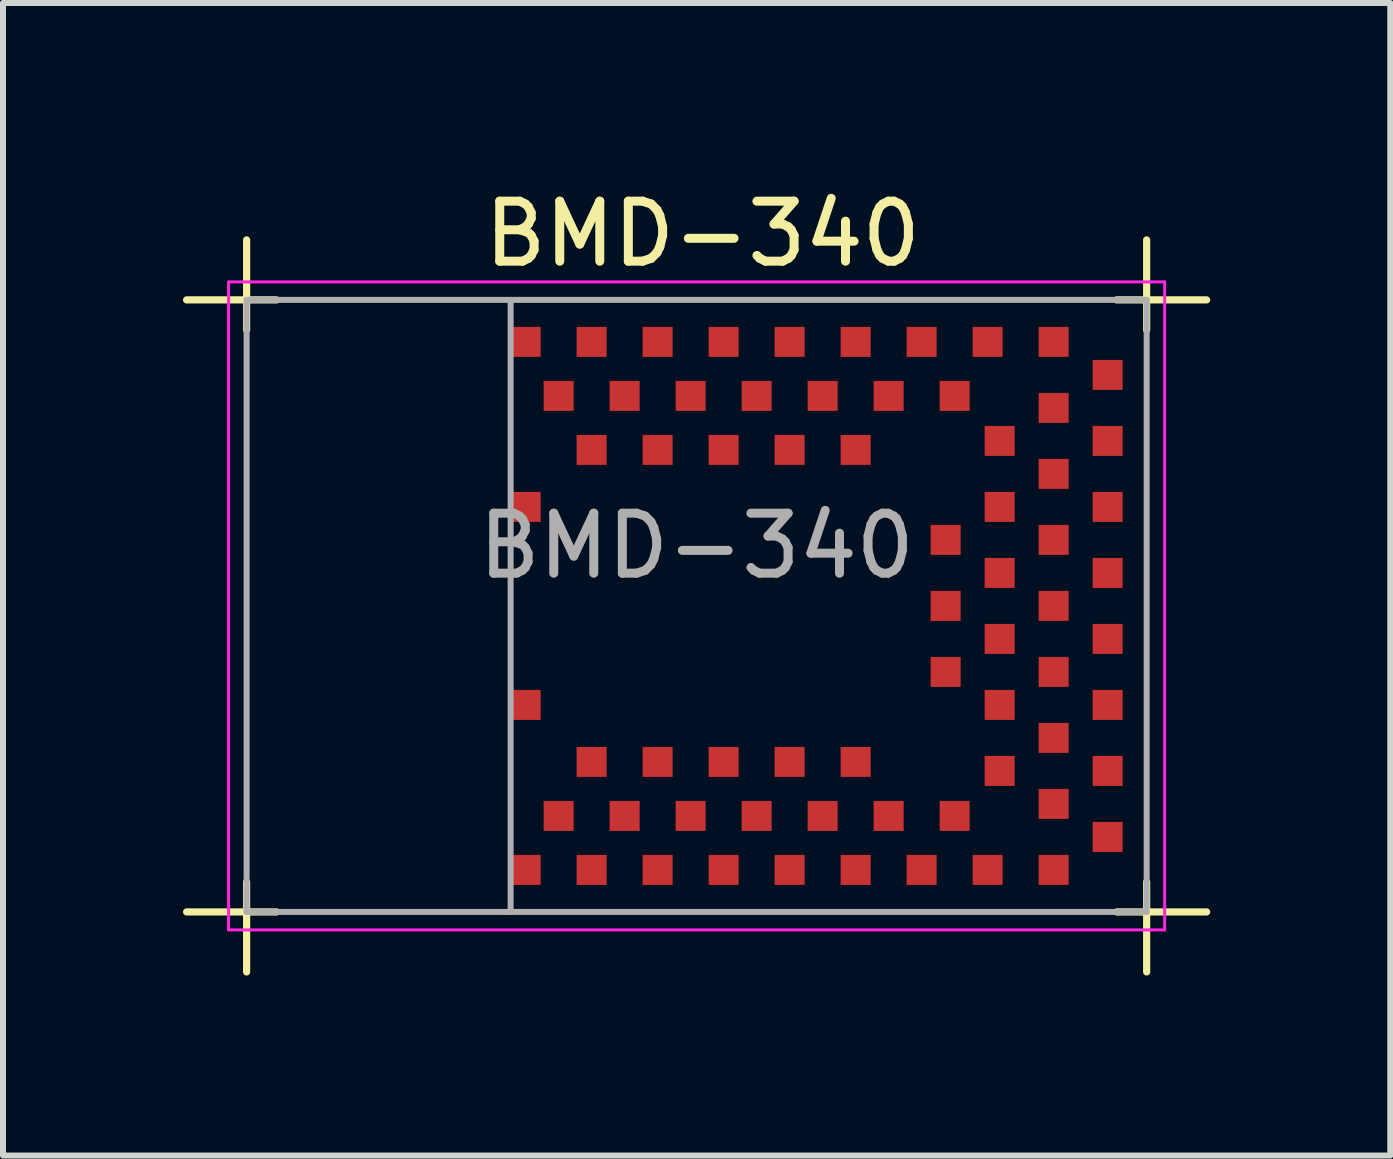
<source format=kicad_pcb>
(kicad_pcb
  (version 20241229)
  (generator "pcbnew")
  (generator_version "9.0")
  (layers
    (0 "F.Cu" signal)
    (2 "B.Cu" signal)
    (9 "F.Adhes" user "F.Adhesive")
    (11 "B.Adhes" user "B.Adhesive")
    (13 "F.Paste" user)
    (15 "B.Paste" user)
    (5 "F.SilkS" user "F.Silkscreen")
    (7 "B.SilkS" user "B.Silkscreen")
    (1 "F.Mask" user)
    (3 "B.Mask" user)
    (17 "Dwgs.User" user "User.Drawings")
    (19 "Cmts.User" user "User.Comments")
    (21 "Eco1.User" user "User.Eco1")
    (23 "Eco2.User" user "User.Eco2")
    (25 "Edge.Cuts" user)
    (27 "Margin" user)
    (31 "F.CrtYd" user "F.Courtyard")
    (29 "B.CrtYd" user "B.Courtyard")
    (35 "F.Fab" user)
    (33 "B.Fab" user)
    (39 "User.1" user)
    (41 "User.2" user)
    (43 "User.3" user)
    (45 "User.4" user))
  (footprint "BMD-340"
    (layer "F.Cu")
    (at 8.56 7.048)
    (property "Reference" "BMD-340" (at 0.1 -6.2 0) (layer "F.SilkS") (effects (font (size 1 1) (thickness 0.15))))
    (attr through_hole)
    (fp_line (start -7.5 -4.6) (end -7.5 -6.1) (stroke (width 0.12) (type solid)) (layer "F.SilkS"))
    (fp_line (start -7.5 4.6) (end -7.5 6.1) (stroke (width 0.12) (type solid)) (layer "F.SilkS"))
    (fp_line (start -7 -5.1) (end -8.5 -5.1) (stroke (width 0.12) (type solid)) (layer "F.SilkS"))
    (fp_line (start -7 5.1) (end -8.5 5.1) (stroke (width 0.12) (type solid)) (layer "F.SilkS"))
    (fp_line (start 7 -5.1) (end 8.5 -5.1) (stroke (width 0.12) (type solid)) (layer "F.SilkS"))
    (fp_line (start 7 5.1) (end 8.5 5.1) (stroke (width 0.12) (type solid)) (layer "F.SilkS"))
    (fp_line (start 7.5 -6.1) (end 7.5 -4.6) (stroke (width 0.12) (type solid)) (layer "F.SilkS"))
    (fp_line (start 7.5 4.6) (end 7.5 6.1) (stroke (width 0.12) (type solid)) (layer "F.SilkS"))
    (fp_line (start -7.8 -5.4) (end -7.8 5.4) (stroke (width 0.05) (type solid)) (layer "F.CrtYd"))
    (fp_line (start -7.8 5.4) (end 7.8 5.4) (stroke (width 0.05) (type solid)) (layer "F.CrtYd"))
    (fp_line (start 7.8 -5.4) (end -7.8 -5.4) (stroke (width 0.05) (type solid)) (layer "F.CrtYd"))
    (fp_line (start 7.8 5.4) (end 7.8 -5.4) (stroke (width 0.05) (type solid)) (layer "F.CrtYd"))
    (fp_line (start -7.5 -5.1) (end -7.5 5.1) (stroke (width 0.1) (type solid)) (layer "F.Fab"))
    (fp_line (start -7.5 5.1) (end 7.5 5.1) (stroke (width 0.1) (type solid)) (layer "F.Fab"))
    (fp_line (start -3.1 -5.1) (end -3.1 5.1) (stroke (width 0.1) (type solid)) (layer "F.Fab"))
    (fp_line (start 7.5 -5.1) (end -7.5 -5.1) (stroke (width 0.1) (type solid)) (layer "F.Fab"))
    (fp_line (start 7.5 5.1) (end 7.5 -5.1) (stroke (width 0.1) (type solid)) (layer "F.Fab"))
    (fp_text user "${REFERENCE}" (at 0 -1 0) (layer "F.Fab") (effects (font (size 1 1) (thickness 0.15))))
    (pad "1" smd rect (at -2.85 4.4) (size 0.5 0.5) (layers "F.Cu" "F.Mask" "F.Paste"))
    (pad "2" smd rect (at -2.3 3.5) (size 0.5 0.5) (layers "F.Cu" "F.Mask" "F.Paste"))
    (pad "3" smd rect (at -1.75 4.4) (size 0.5 0.5) (layers "F.Cu" "F.Mask" "F.Paste"))
    (pad "4" smd rect (at -1.2 3.5) (size 0.5 0.5) (layers "F.Cu" "F.Mask" "F.Paste"))
    (pad "5" smd rect (at -0.65 4.4) (size 0.5 0.5) (layers "F.Cu" "F.Mask" "F.Paste"))
    (pad "6" smd rect (at -0.1 3.5) (size 0.5 0.5) (layers "F.Cu" "F.Mask" "F.Paste"))
    (pad "7" smd rect (at 0.45 4.4) (size 0.5 0.5) (layers "F.Cu" "F.Mask" "F.Paste"))
    (pad "8" smd rect (at 1 3.5) (size 0.5 0.5) (layers "F.Cu" "F.Mask" "F.Paste"))
    (pad "9" smd rect (at 1.55 4.4) (size 0.5 0.5) (layers "F.Cu" "F.Mask" "F.Paste"))
    (pad "10" smd rect (at 2.1 3.5) (size 0.5 0.5) (layers "F.Cu" "F.Mask" "F.Paste"))
    (pad "11" smd rect (at 2.65 4.4) (size 0.5 0.5) (layers "F.Cu" "F.Mask" "F.Paste"))
    (pad "12" smd rect (at 3.2 3.5) (size 0.5 0.5) (layers "F.Cu" "F.Mask" "F.Paste"))
    (pad "13" smd rect (at 3.75 4.4) (size 0.5 0.5) (layers "F.Cu" "F.Mask" "F.Paste"))
    (pad "14" smd rect (at 4.3 3.5) (size 0.5 0.5) (layers "F.Cu" "F.Mask" "F.Paste"))
    (pad "15" smd rect (at 4.85 4.4) (size 0.5 0.5) (layers "F.Cu" "F.Mask" "F.Paste"))
    (pad "16" smd rect (at 5.95 4.4) (size 0.5 0.5) (layers "F.Cu" "F.Mask" "F.Paste"))
    (pad "17" smd rect (at 5.95 3.3) (size 0.5 0.5) (layers "F.Cu" "F.Mask" "F.Paste"))
    (pad "18" smd rect (at 5.05 2.75) (size 0.5 0.5) (layers "F.Cu" "F.Mask" "F.Paste"))
    (pad "19" smd rect (at 5.95 2.2) (size 0.5 0.5) (layers "F.Cu" "F.Mask" "F.Paste"))
    (pad "20" smd rect (at 5.05 1.65) (size 0.5 0.5) (layers "F.Cu" "F.Mask" "F.Paste"))
    (pad "21" smd rect (at 5.95 1.1) (size 0.5 0.5) (layers "F.Cu" "F.Mask" "F.Paste"))
    (pad "22" smd rect (at 5.05 0.55) (size 0.5 0.5) (layers "F.Cu" "F.Mask" "F.Paste"))
    (pad "23" smd rect (at 5.95 0) (size 0.5 0.5) (layers "F.Cu" "F.Mask" "F.Paste"))
    (pad "24" smd rect (at 5.05 -0.55) (size 0.5 0.5) (layers "F.Cu" "F.Mask" "F.Paste"))
    (pad "25" smd rect (at 5.95 -1.1) (size 0.5 0.5) (layers "F.Cu" "F.Mask" "F.Paste"))
    (pad "26" smd rect (at 5.05 -1.65) (size 0.5 0.5) (layers "F.Cu" "F.Mask" "F.Paste"))
    (pad "27" smd rect (at 5.95 -2.2) (size 0.5 0.5) (layers "F.Cu" "F.Mask" "F.Paste"))
    (pad "28" smd rect (at 5.05 -2.75) (size 0.5 0.5) (layers "F.Cu" "F.Mask" "F.Paste"))
    (pad "29" smd rect (at 5.95 -3.3) (size 0.5 0.5) (layers "F.Cu" "F.Mask" "F.Paste"))
    (pad "30" smd rect (at 5.95 -4.4) (size 0.5 0.5) (layers "F.Cu" "F.Mask" "F.Paste"))
    (pad "31" smd rect (at 4.85 -4.4) (size 0.5 0.5) (layers "F.Cu" "F.Mask" "F.Paste"))
    (pad "32" smd rect (at 4.3 -3.5) (size 0.5 0.5) (layers "F.Cu" "F.Mask" "F.Paste"))
    (pad "33" smd rect (at 3.75 -4.4) (size 0.5 0.5) (layers "F.Cu" "F.Mask" "F.Paste"))
    (pad "34" smd rect (at 3.2 -3.5) (size 0.5 0.5) (layers "F.Cu" "F.Mask" "F.Paste"))
    (pad "35" smd rect (at 2.65 -4.4) (size 0.5 0.5) (layers "F.Cu" "F.Mask" "F.Paste"))
    (pad "36" smd rect (at 2.1 -3.5) (size 0.5 0.5) (layers "F.Cu" "F.Mask" "F.Paste"))
    (pad "37" smd rect (at 1.55 -4.4) (size 0.5 0.5) (layers "F.Cu" "F.Mask" "F.Paste"))
    (pad "38" smd rect (at 1 -3.5) (size 0.5 0.5) (layers "F.Cu" "F.Mask" "F.Paste"))
    (pad "39" smd rect (at 0.45 -4.4) (size 0.5 0.5) (layers "F.Cu" "F.Mask" "F.Paste"))
    (pad "40" smd rect (at -0.1 -3.5) (size 0.5 0.5) (layers "F.Cu" "F.Mask" "F.Paste"))
    (pad "41" smd rect (at -0.65 -4.4) (size 0.5 0.5) (layers "F.Cu" "F.Mask" "F.Paste"))
    (pad "42" smd rect (at -1.2 -3.5) (size 0.5 0.5) (layers "F.Cu" "F.Mask" "F.Paste"))
    (pad "43" smd rect (at -1.75 -4.4) (size 0.5 0.5) (layers "F.Cu" "F.Mask" "F.Paste"))
    (pad "44" smd rect (at -2.3 -3.5) (size 0.5 0.5) (layers "F.Cu" "F.Mask" "F.Paste"))
    (pad "45" smd rect (at -2.85 -4.4) (size 0.5 0.5) (layers "F.Cu" "F.Mask" "F.Paste"))
    (pad "46" smd rect (at -2.85 -1.65) (size 0.5 0.5) (layers "F.Cu" "F.Mask" "F.Paste"))
    (pad "47" smd rect (at -2.85 1.65) (size 0.5 0.5) (layers "F.Cu" "F.Mask" "F.Paste"))
    (pad "48" smd rect (at -1.75 2.6) (size 0.5 0.5) (layers "F.Cu" "F.Mask" "F.Paste"))
    (pad "49" smd rect (at -0.65 2.6) (size 0.5 0.5) (layers "F.Cu" "F.Mask" "F.Paste"))
    (pad "50" smd rect (at 0.45 2.6) (size 0.5 0.5) (layers "F.Cu" "F.Mask" "F.Paste"))
    (pad "51" smd rect (at 1.55 2.6) (size 0.5 0.5) (layers "F.Cu" "F.Mask" "F.Paste"))
    (pad "52" smd rect (at 2.65 2.6) (size 0.5 0.5) (layers "F.Cu" "F.Mask" "F.Paste"))
    (pad "53" smd rect (at 4.15 1.1) (size 0.5 0.5) (layers "F.Cu" "F.Mask" "F.Paste"))
    (pad "54" smd rect (at 4.15 0) (size 0.5 0.5) (layers "F.Cu" "F.Mask" "F.Paste"))
    (pad "55" smd rect (at 4.15 -1.1) (size 0.5 0.5) (layers "F.Cu" "F.Mask" "F.Paste"))
    (pad "56" smd rect (at 2.65 -2.6) (size 0.5 0.5) (layers "F.Cu" "F.Mask" "F.Paste"))
    (pad "57" smd rect (at 1.55 -2.6) (size 0.5 0.5) (layers "F.Cu" "F.Mask" "F.Paste"))
    (pad "58" smd rect (at 0.45 -2.6) (size 0.5 0.5) (layers "F.Cu" "F.Mask" "F.Paste"))
    (pad "59" smd rect (at -0.65 -2.6) (size 0.5 0.5) (layers "F.Cu" "F.Mask" "F.Paste"))
    (pad "60" smd rect (at -1.75 -2.6) (size 0.5 0.5) (layers "F.Cu" "F.Mask" "F.Paste"))
    (pad "61" smd rect (at 6.85 3.85) (size 0.5 0.5) (layers "F.Cu" "F.Mask" "F.Paste"))
    (pad "62" smd rect (at 6.85 2.75) (size 0.5 0.5) (layers "F.Cu" "F.Mask" "F.Paste"))
    (pad "63" smd rect (at 6.85 1.65) (size 0.5 0.5) (layers "F.Cu" "F.Mask" "F.Paste"))
    (pad "64" smd rect (at 6.85 0.55) (size 0.5 0.5) (layers "F.Cu" "F.Mask" "F.Paste"))
    (pad "65" smd rect (at 6.85 -0.55) (size 0.5 0.5) (layers "F.Cu" "F.Mask" "F.Paste"))
    (pad "66" smd rect (at 6.85 -1.65) (size 0.5 0.5) (layers "F.Cu" "F.Mask" "F.Paste"))
    (pad "67" smd rect (at 6.85 -2.75) (size 0.5 0.5) (layers "F.Cu" "F.Mask" "F.Paste"))
    (pad "68" smd rect (at 6.85 -3.85) (size 0.5 0.5) (layers "F.Cu" "F.Mask" "F.Paste")))
  (gr_rect
    (start -3 -3)
    (end 20.12 16.208)
    (stroke (width 0.1) (type default))
    (fill no)
    (layer "Edge.Cuts")))
</source>
